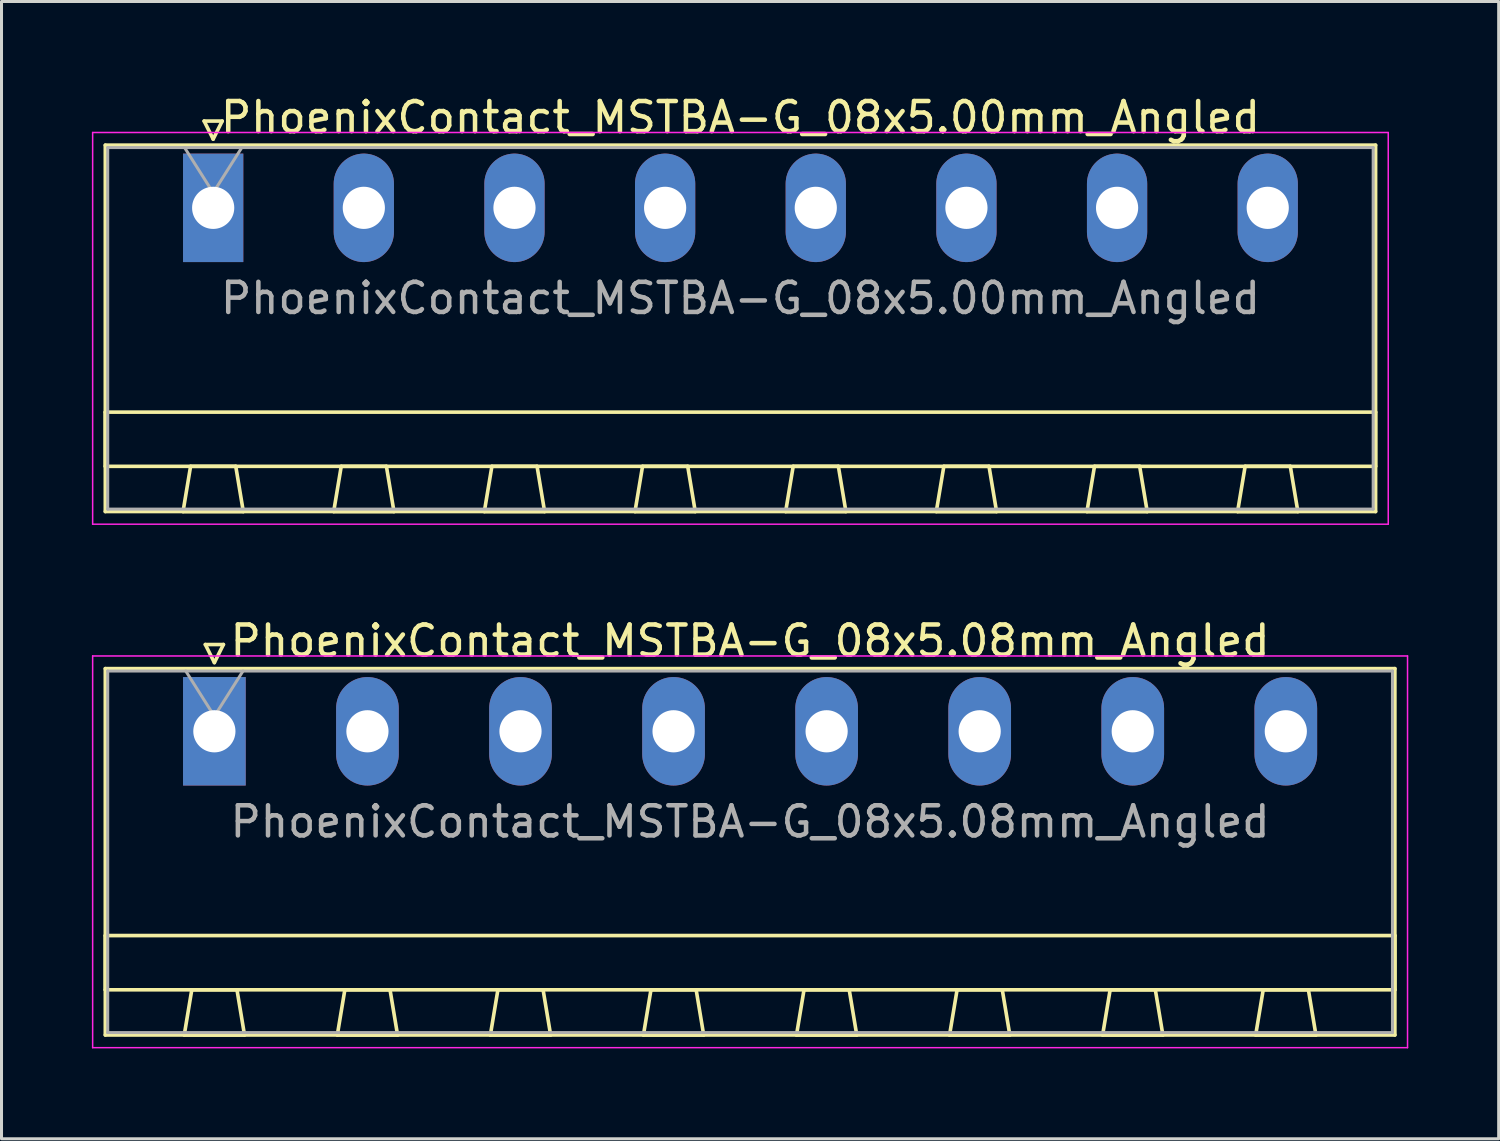
<source format=kicad_pcb>
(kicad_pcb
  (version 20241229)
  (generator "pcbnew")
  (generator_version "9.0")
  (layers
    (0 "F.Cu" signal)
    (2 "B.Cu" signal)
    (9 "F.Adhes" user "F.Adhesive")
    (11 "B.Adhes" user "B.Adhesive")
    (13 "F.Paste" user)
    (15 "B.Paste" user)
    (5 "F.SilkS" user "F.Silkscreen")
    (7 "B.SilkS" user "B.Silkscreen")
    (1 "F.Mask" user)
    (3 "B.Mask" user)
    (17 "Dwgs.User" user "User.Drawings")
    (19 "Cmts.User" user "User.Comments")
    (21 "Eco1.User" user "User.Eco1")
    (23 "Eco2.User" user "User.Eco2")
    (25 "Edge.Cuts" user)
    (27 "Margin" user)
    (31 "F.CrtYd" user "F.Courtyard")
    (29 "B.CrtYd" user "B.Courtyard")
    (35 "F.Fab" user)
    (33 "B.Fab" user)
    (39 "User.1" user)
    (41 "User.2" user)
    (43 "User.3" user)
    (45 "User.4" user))
  (footprint "PhoenixContact_MSTBA-G_08x5.00mm_Angled"
    (layer "F.Cu")
    (at 4.025 3.848)
    (property "Reference" "PhoenixContact_MSTBA-G_08x5.00mm_Angled" (at 17.5 -3 0) (layer "F.SilkS") (effects (font (size 1 1) (thickness 0.15))))
    (attr through_hole)
    (fp_line (start -3.58 -2.08) (end -3.58 10.08) (stroke (width 0.12) (type solid)) (layer "F.SilkS"))
    (fp_line (start -3.58 6.78) (end 38.58 6.78) (stroke (width 0.12) (type solid)) (layer "F.SilkS"))
    (fp_line (start -3.58 8.58) (end -3.58 6.78) (stroke (width 0.12) (type solid)) (layer "F.SilkS"))
    (fp_line (start -3.58 10.08) (end 38.58 10.08) (stroke (width 0.12) (type solid)) (layer "F.SilkS"))
    (fp_line (start -1 10.08) (end 1 10.08) (stroke (width 0.12) (type solid)) (layer "F.SilkS"))
    (fp_line (start -0.75 8.58) (end -1 10.08) (stroke (width 0.12) (type solid)) (layer "F.SilkS"))
    (fp_line (start -0.3 -2.88) (end 0.3 -2.88) (stroke (width 0.12) (type solid)) (layer "F.SilkS"))
    (fp_line (start 0 -2.28) (end -0.3 -2.88) (stroke (width 0.12) (type solid)) (layer "F.SilkS"))
    (fp_line (start 0.3 -2.88) (end 0 -2.28) (stroke (width 0.12) (type solid)) (layer "F.SilkS"))
    (fp_line (start 0.75 8.58) (end -0.75 8.58) (stroke (width 0.12) (type solid)) (layer "F.SilkS"))
    (fp_line (start 1 10.08) (end 0.75 8.58) (stroke (width 0.12) (type solid)) (layer "F.SilkS"))
    (fp_line (start 4 10.08) (end 6 10.08) (stroke (width 0.12) (type solid)) (layer "F.SilkS"))
    (fp_line (start 4.25 8.58) (end 4 10.08) (stroke (width 0.12) (type solid)) (layer "F.SilkS"))
    (fp_line (start 5.75 8.58) (end 4.25 8.58) (stroke (width 0.12) (type solid)) (layer "F.SilkS"))
    (fp_line (start 6 10.08) (end 5.75 8.58) (stroke (width 0.12) (type solid)) (layer "F.SilkS"))
    (fp_line (start 9 10.08) (end 11 10.08) (stroke (width 0.12) (type solid)) (layer "F.SilkS"))
    (fp_line (start 9.25 8.58) (end 9 10.08) (stroke (width 0.12) (type solid)) (layer "F.SilkS"))
    (fp_line (start 10.75 8.58) (end 9.25 8.58) (stroke (width 0.12) (type solid)) (layer "F.SilkS"))
    (fp_line (start 11 10.08) (end 10.75 8.58) (stroke (width 0.12) (type solid)) (layer "F.SilkS"))
    (fp_line (start 14 10.08) (end 16 10.08) (stroke (width 0.12) (type solid)) (layer "F.SilkS"))
    (fp_line (start 14.25 8.58) (end 14 10.08) (stroke (width 0.12) (type solid)) (layer "F.SilkS"))
    (fp_line (start 15.75 8.58) (end 14.25 8.58) (stroke (width 0.12) (type solid)) (layer "F.SilkS"))
    (fp_line (start 16 10.08) (end 15.75 8.58) (stroke (width 0.12) (type solid)) (layer "F.SilkS"))
    (fp_line (start 19 10.08) (end 21 10.08) (stroke (width 0.12) (type solid)) (layer "F.SilkS"))
    (fp_line (start 19.25 8.58) (end 19 10.08) (stroke (width 0.12) (type solid)) (layer "F.SilkS"))
    (fp_line (start 20.75 8.58) (end 19.25 8.58) (stroke (width 0.12) (type solid)) (layer "F.SilkS"))
    (fp_line (start 21 10.08) (end 20.75 8.58) (stroke (width 0.12) (type solid)) (layer "F.SilkS"))
    (fp_line (start 24 10.08) (end 26 10.08) (stroke (width 0.12) (type solid)) (layer "F.SilkS"))
    (fp_line (start 24.25 8.58) (end 24 10.08) (stroke (width 0.12) (type solid)) (layer "F.SilkS"))
    (fp_line (start 25.75 8.58) (end 24.25 8.58) (stroke (width 0.12) (type solid)) (layer "F.SilkS"))
    (fp_line (start 26 10.08) (end 25.75 8.58) (stroke (width 0.12) (type solid)) (layer "F.SilkS"))
    (fp_line (start 29 10.08) (end 31 10.08) (stroke (width 0.12) (type solid)) (layer "F.SilkS"))
    (fp_line (start 29.25 8.58) (end 29 10.08) (stroke (width 0.12) (type solid)) (layer "F.SilkS"))
    (fp_line (start 30.75 8.58) (end 29.25 8.58) (stroke (width 0.12) (type solid)) (layer "F.SilkS"))
    (fp_line (start 31 10.08) (end 30.75 8.58) (stroke (width 0.12) (type solid)) (layer "F.SilkS"))
    (fp_line (start 34 10.08) (end 36 10.08) (stroke (width 0.12) (type solid)) (layer "F.SilkS"))
    (fp_line (start 34.25 8.58) (end 34 10.08) (stroke (width 0.12) (type solid)) (layer "F.SilkS"))
    (fp_line (start 35.75 8.58) (end 34.25 8.58) (stroke (width 0.12) (type solid)) (layer "F.SilkS"))
    (fp_line (start 36 10.08) (end 35.75 8.58) (stroke (width 0.12) (type solid)) (layer "F.SilkS"))
    (fp_line (start 38.58 -2.08) (end -3.58 -2.08) (stroke (width 0.12) (type solid)) (layer "F.SilkS"))
    (fp_line (start 38.58 6.78) (end 38.58 8.58) (stroke (width 0.12) (type solid)) (layer "F.SilkS"))
    (fp_line (start 38.58 8.58) (end -3.58 8.58) (stroke (width 0.12) (type solid)) (layer "F.SilkS"))
    (fp_line (start 38.58 10.08) (end 38.58 -2.08) (stroke (width 0.12) (type solid)) (layer "F.SilkS"))
    (fp_line (start -4 -2.5) (end -4 10.5) (stroke (width 0.05) (type solid)) (layer "F.CrtYd"))
    (fp_line (start -4 10.5) (end 39 10.5) (stroke (width 0.05) (type solid)) (layer "F.CrtYd"))
    (fp_line (start 39 -2.5) (end -4 -2.5) (stroke (width 0.05) (type solid)) (layer "F.CrtYd"))
    (fp_line (start 39 10.5) (end 39 -2.5) (stroke (width 0.05) (type solid)) (layer "F.CrtYd"))
    (fp_line (start -3.5 -2) (end -3.5 10) (stroke (width 0.1) (type solid)) (layer "F.Fab"))
    (fp_line (start -3.5 10) (end 38.5 10) (stroke (width 0.1) (type solid)) (layer "F.Fab"))
    (fp_line (start 0 -0.5) (end -0.95 -2) (stroke (width 0.1) (type solid)) (layer "F.Fab"))
    (fp_line (start 0.95 -2) (end 0 -0.5) (stroke (width 0.1) (type solid)) (layer "F.Fab"))
    (fp_line (start 38.5 -2) (end -3.5 -2) (stroke (width 0.1) (type solid)) (layer "F.Fab"))
    (fp_line (start 38.5 10) (end 38.5 -2) (stroke (width 0.1) (type solid)) (layer "F.Fab"))
    (fp_text user "${REFERENCE}" (at 17.5 3 0) (layer "F.Fab") (effects (font (size 1 1) (thickness 0.15))))
    (pad "1" thru_hole rect (at 0 0) (size 2 3.6) (drill 1.4) (layers "*.Cu" "*.Mask"))
    (pad "2" thru_hole oval (at 5 0) (size 2 3.6) (drill 1.4) (layers "*.Cu" "*.Mask"))
    (pad "3" thru_hole oval (at 10 0) (size 2 3.6) (drill 1.4) (layers "*.Cu" "*.Mask"))
    (pad "4" thru_hole oval (at 15 0) (size 2 3.6) (drill 1.4) (layers "*.Cu" "*.Mask"))
    (pad "5" thru_hole oval (at 20 0) (size 2 3.6) (drill 1.4) (layers "*.Cu" "*.Mask"))
    (pad "6" thru_hole oval (at 25 0) (size 2 3.6) (drill 1.4) (layers "*.Cu" "*.Mask"))
    (pad "7" thru_hole oval (at 30 0) (size 2 3.6) (drill 1.4) (layers "*.Cu" "*.Mask"))
    (pad "8" thru_hole oval (at 35 0) (size 2 3.6) (drill 1.4) (layers "*.Cu" "*.Mask")))
  (footprint "PhoenixContact_MSTBA-G_08x5.08mm_Angled"
    (layer "F.Cu")
    (at 4.065 21.221)
    (property "Reference" "PhoenixContact_MSTBA-G_08x5.08mm_Angled" (at 17.78 -3 0) (layer "F.SilkS") (effects (font (size 1 1) (thickness 0.15))))
    (attr through_hole)
    (fp_line (start -3.62 -2.08) (end -3.62 10.08) (stroke (width 0.12) (type solid)) (layer "F.SilkS"))
    (fp_line (start -3.62 6.78) (end 39.18 6.78) (stroke (width 0.12) (type solid)) (layer "F.SilkS"))
    (fp_line (start -3.62 8.58) (end -3.62 6.78) (stroke (width 0.12) (type solid)) (layer "F.SilkS"))
    (fp_line (start -3.62 10.08) (end 39.18 10.08) (stroke (width 0.12) (type solid)) (layer "F.SilkS"))
    (fp_line (start -1 10.08) (end 1 10.08) (stroke (width 0.12) (type solid)) (layer "F.SilkS"))
    (fp_line (start -0.75 8.58) (end -1 10.08) (stroke (width 0.12) (type solid)) (layer "F.SilkS"))
    (fp_line (start -0.3 -2.88) (end 0.3 -2.88) (stroke (width 0.12) (type solid)) (layer "F.SilkS"))
    (fp_line (start 0 -2.28) (end -0.3 -2.88) (stroke (width 0.12) (type solid)) (layer "F.SilkS"))
    (fp_line (start 0.3 -2.88) (end 0 -2.28) (stroke (width 0.12) (type solid)) (layer "F.SilkS"))
    (fp_line (start 0.75 8.58) (end -0.75 8.58) (stroke (width 0.12) (type solid)) (layer "F.SilkS"))
    (fp_line (start 1 10.08) (end 0.75 8.58) (stroke (width 0.12) (type solid)) (layer "F.SilkS"))
    (fp_line (start 4.08 10.08) (end 6.08 10.08) (stroke (width 0.12) (type solid)) (layer "F.SilkS"))
    (fp_line (start 4.33 8.58) (end 4.08 10.08) (stroke (width 0.12) (type solid)) (layer "F.SilkS"))
    (fp_line (start 5.83 8.58) (end 4.33 8.58) (stroke (width 0.12) (type solid)) (layer "F.SilkS"))
    (fp_line (start 6.08 10.08) (end 5.83 8.58) (stroke (width 0.12) (type solid)) (layer "F.SilkS"))
    (fp_line (start 9.16 10.08) (end 11.16 10.08) (stroke (width 0.12) (type solid)) (layer "F.SilkS"))
    (fp_line (start 9.41 8.58) (end 9.16 10.08) (stroke (width 0.12) (type solid)) (layer "F.SilkS"))
    (fp_line (start 10.91 8.58) (end 9.41 8.58) (stroke (width 0.12) (type solid)) (layer "F.SilkS"))
    (fp_line (start 11.16 10.08) (end 10.91 8.58) (stroke (width 0.12) (type solid)) (layer "F.SilkS"))
    (fp_line (start 14.24 10.08) (end 16.24 10.08) (stroke (width 0.12) (type solid)) (layer "F.SilkS"))
    (fp_line (start 14.49 8.58) (end 14.24 10.08) (stroke (width 0.12) (type solid)) (layer "F.SilkS"))
    (fp_line (start 15.99 8.58) (end 14.49 8.58) (stroke (width 0.12) (type solid)) (layer "F.SilkS"))
    (fp_line (start 16.24 10.08) (end 15.99 8.58) (stroke (width 0.12) (type solid)) (layer "F.SilkS"))
    (fp_line (start 19.32 10.08) (end 21.32 10.08) (stroke (width 0.12) (type solid)) (layer "F.SilkS"))
    (fp_line (start 19.57 8.58) (end 19.32 10.08) (stroke (width 0.12) (type solid)) (layer "F.SilkS"))
    (fp_line (start 21.07 8.58) (end 19.57 8.58) (stroke (width 0.12) (type solid)) (layer "F.SilkS"))
    (fp_line (start 21.32 10.08) (end 21.07 8.58) (stroke (width 0.12) (type solid)) (layer "F.SilkS"))
    (fp_line (start 24.4 10.08) (end 26.4 10.08) (stroke (width 0.12) (type solid)) (layer "F.SilkS"))
    (fp_line (start 24.65 8.58) (end 24.4 10.08) (stroke (width 0.12) (type solid)) (layer "F.SilkS"))
    (fp_line (start 26.15 8.58) (end 24.65 8.58) (stroke (width 0.12) (type solid)) (layer "F.SilkS"))
    (fp_line (start 26.4 10.08) (end 26.15 8.58) (stroke (width 0.12) (type solid)) (layer "F.SilkS"))
    (fp_line (start 29.48 10.08) (end 31.48 10.08) (stroke (width 0.12) (type solid)) (layer "F.SilkS"))
    (fp_line (start 29.73 8.58) (end 29.48 10.08) (stroke (width 0.12) (type solid)) (layer "F.SilkS"))
    (fp_line (start 31.23 8.58) (end 29.73 8.58) (stroke (width 0.12) (type solid)) (layer "F.SilkS"))
    (fp_line (start 31.48 10.08) (end 31.23 8.58) (stroke (width 0.12) (type solid)) (layer "F.SilkS"))
    (fp_line (start 34.56 10.08) (end 36.56 10.08) (stroke (width 0.12) (type solid)) (layer "F.SilkS"))
    (fp_line (start 34.81 8.58) (end 34.56 10.08) (stroke (width 0.12) (type solid)) (layer "F.SilkS"))
    (fp_line (start 36.31 8.58) (end 34.81 8.58) (stroke (width 0.12) (type solid)) (layer "F.SilkS"))
    (fp_line (start 36.56 10.08) (end 36.31 8.58) (stroke (width 0.12) (type solid)) (layer "F.SilkS"))
    (fp_line (start 39.18 -2.08) (end -3.62 -2.08) (stroke (width 0.12) (type solid)) (layer "F.SilkS"))
    (fp_line (start 39.18 6.78) (end 39.18 8.58) (stroke (width 0.12) (type solid)) (layer "F.SilkS"))
    (fp_line (start 39.18 8.58) (end -3.62 8.58) (stroke (width 0.12) (type solid)) (layer "F.SilkS"))
    (fp_line (start 39.18 10.08) (end 39.18 -2.08) (stroke (width 0.12) (type solid)) (layer "F.SilkS"))
    (fp_line (start -4.04 -2.5) (end -4.04 10.5) (stroke (width 0.05) (type solid)) (layer "F.CrtYd"))
    (fp_line (start -4.04 10.5) (end 39.6 10.5) (stroke (width 0.05) (type solid)) (layer "F.CrtYd"))
    (fp_line (start 39.6 -2.5) (end -4.04 -2.5) (stroke (width 0.05) (type solid)) (layer "F.CrtYd"))
    (fp_line (start 39.6 10.5) (end 39.6 -2.5) (stroke (width 0.05) (type solid)) (layer "F.CrtYd"))
    (fp_line (start -3.54 -2) (end -3.54 10) (stroke (width 0.1) (type solid)) (layer "F.Fab"))
    (fp_line (start -3.54 10) (end 39.1 10) (stroke (width 0.1) (type solid)) (layer "F.Fab"))
    (fp_line (start 0 -0.5) (end -0.95 -2) (stroke (width 0.1) (type solid)) (layer "F.Fab"))
    (fp_line (start 0.95 -2) (end 0 -0.5) (stroke (width 0.1) (type solid)) (layer "F.Fab"))
    (fp_line (start 39.1 -2) (end -3.54 -2) (stroke (width 0.1) (type solid)) (layer "F.Fab"))
    (fp_line (start 39.1 10) (end 39.1 -2) (stroke (width 0.1) (type solid)) (layer "F.Fab"))
    (fp_text user "${REFERENCE}" (at 17.78 3 0) (layer "F.Fab") (effects (font (size 1 1) (thickness 0.15))))
    (pad "1" thru_hole rect (at 0 0) (size 2.08 3.6) (drill 1.4) (layers "*.Cu" "*.Mask"))
    (pad "2" thru_hole oval (at 5.08 0) (size 2.08 3.6) (drill 1.4) (layers "*.Cu" "*.Mask"))
    (pad "3" thru_hole oval (at 10.16 0) (size 2.08 3.6) (drill 1.4) (layers "*.Cu" "*.Mask"))
    (pad "4" thru_hole oval (at 15.24 0) (size 2.08 3.6) (drill 1.4) (layers "*.Cu" "*.Mask"))
    (pad "5" thru_hole oval (at 20.32 0) (size 2.08 3.6) (drill 1.4) (layers "*.Cu" "*.Mask"))
    (pad "6" thru_hole oval (at 25.4 0) (size 2.08 3.6) (drill 1.4) (layers "*.Cu" "*.Mask"))
    (pad "7" thru_hole oval (at 30.48 0) (size 2.08 3.6) (drill 1.4) (layers "*.Cu" "*.Mask"))
    (pad "8" thru_hole oval (at 35.56 0) (size 2.08 3.6) (drill 1.4) (layers "*.Cu" "*.Mask")))
  (gr_rect
    (start -3 -3)
    (end 46.69 34.746)
    (stroke (width 0.1) (type default))
    (fill no)
    (layer "Edge.Cuts")))
</source>
